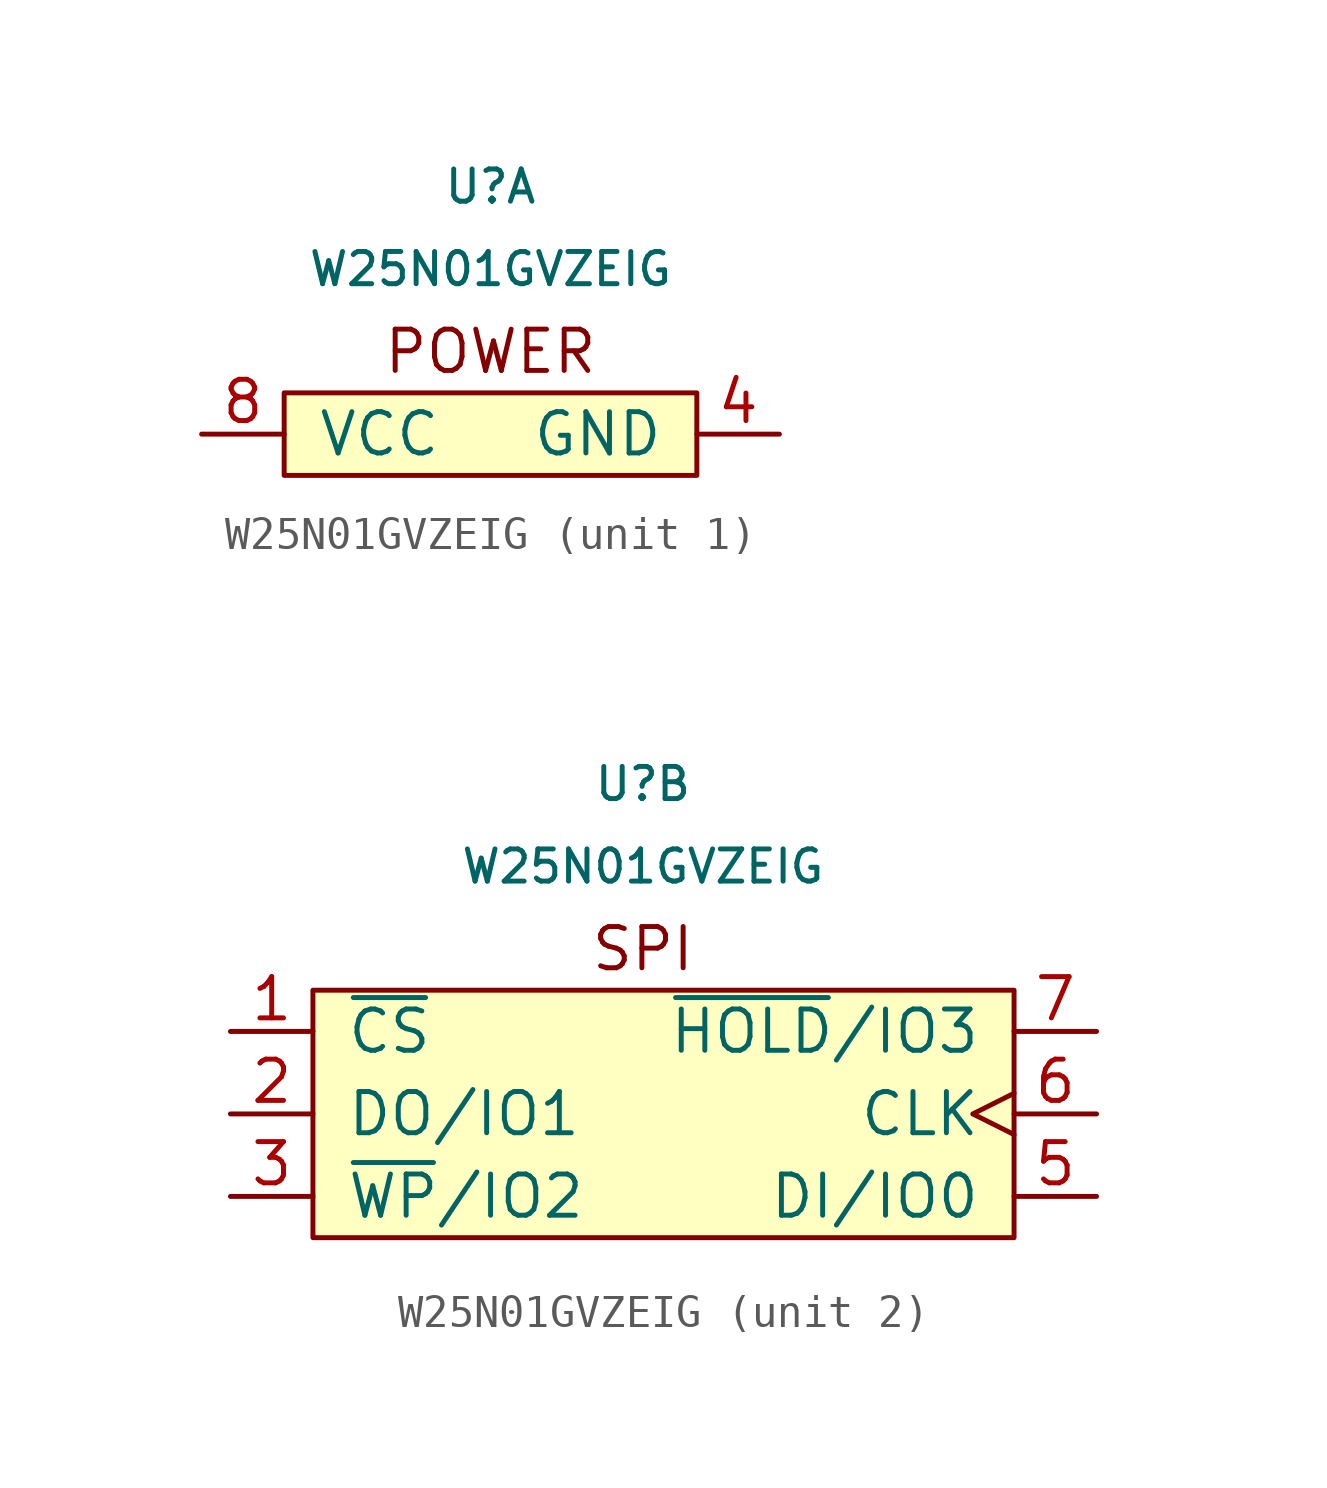
<source format=kicad_sym>
(kicad_symbol_lib
  (version 20231120)
  (generator "kicad_symbol_editor")
  (generator_version "8.0")
  (symbol "W25N01GVZEIG"
    (pin_names
      (offset 1.016))
    (property "Reference" "U"
      (at 0 6.35 0)
      (effects (font (size 0.991 0.991))))
    (property "Value" "W25N01GVZEIG"
      (at 0 3.81 0)
      (effects (font (size 0.991 0.991))))
    (property "ki_locked" ""
      (at 0 0 0)
      (effects (font (size 1.27 1.27))))
    (symbol "W25N01GVZEIG_1_0"
      (rectangle (start -6.35 0) (end 6.35 -2.54) (stroke (width 0) (type default)) (fill (type background)))
      (text "POWER" (at 0 1.27 0) (effects (font (size 1.27 1.27)))))
    (symbol "W25N01GVZEIG_1_1"
      (pin passive line (at 8.89 -1.27 180) (length 2.54) (name "GND" (effects (font (size 1.27 1.27)))) (number "4" (effects (font (size 1.27 1.27)))))
      (pin power_in line (at -8.89 -1.27 0) (length 2.54) (name "VCC" (effects (font (size 1.27 1.27)))) (number "8" (effects (font (size 1.27 1.27)))))
      (pin passive line (at 8.89 -1.27 180) (length 2.54) hide (name "GND" (effects (font (size 1.27 1.27)))) (number "9" (effects (font (size 1.27 1.27))))))
    (symbol "W25N01GVZEIG_2_0"
      (rectangle (start -10.16 0) (end 11.43 -7.62) (stroke (width 0) (type default)) (fill (type background)))
      (text "SPI" (at 0 1.27 0) (effects (font (size 1.27 1.27)))))
    (symbol "W25N01GVZEIG_2_1"
      (pin passive line (at -12.7 -1.27 0) (length 2.54) (name "~{CS}" (effects (font (size 1.27 1.27)))) (number "1" (effects (font (size 1.27 1.27)))))
      (pin passive line (at -12.7 -3.81 0) (length 2.54) (name "DO/IO1" (effects (font (size 1.27 1.27)))) (number "2" (effects (font (size 1.27 1.27)))))
      (pin passive line (at -12.7 -6.35 0) (length 2.54) (name "~{WP}/IO2" (effects (font (size 1.27 1.27)))) (number "3" (effects (font (size 1.27 1.27)))))
      (pin passive line (at 13.97 -6.35 180) (length 2.54) (name "DI/IO0" (effects (font (size 1.27 1.27)))) (number "5" (effects (font (size 1.27 1.27)))))
      (pin input clock (at 13.97 -3.81 180) (length 2.54) (name "CLK" (effects (font (size 1.27 1.27)))) (number "6" (effects (font (size 1.27 1.27)))))
      (pin passive line (at 13.97 -1.27 180) (length 2.54) (name "~{HOLD}/IO3" (effects (font (size 1.27 1.27)))) (number "7" (effects (font (size 1.27 1.27))))))))
</source>
